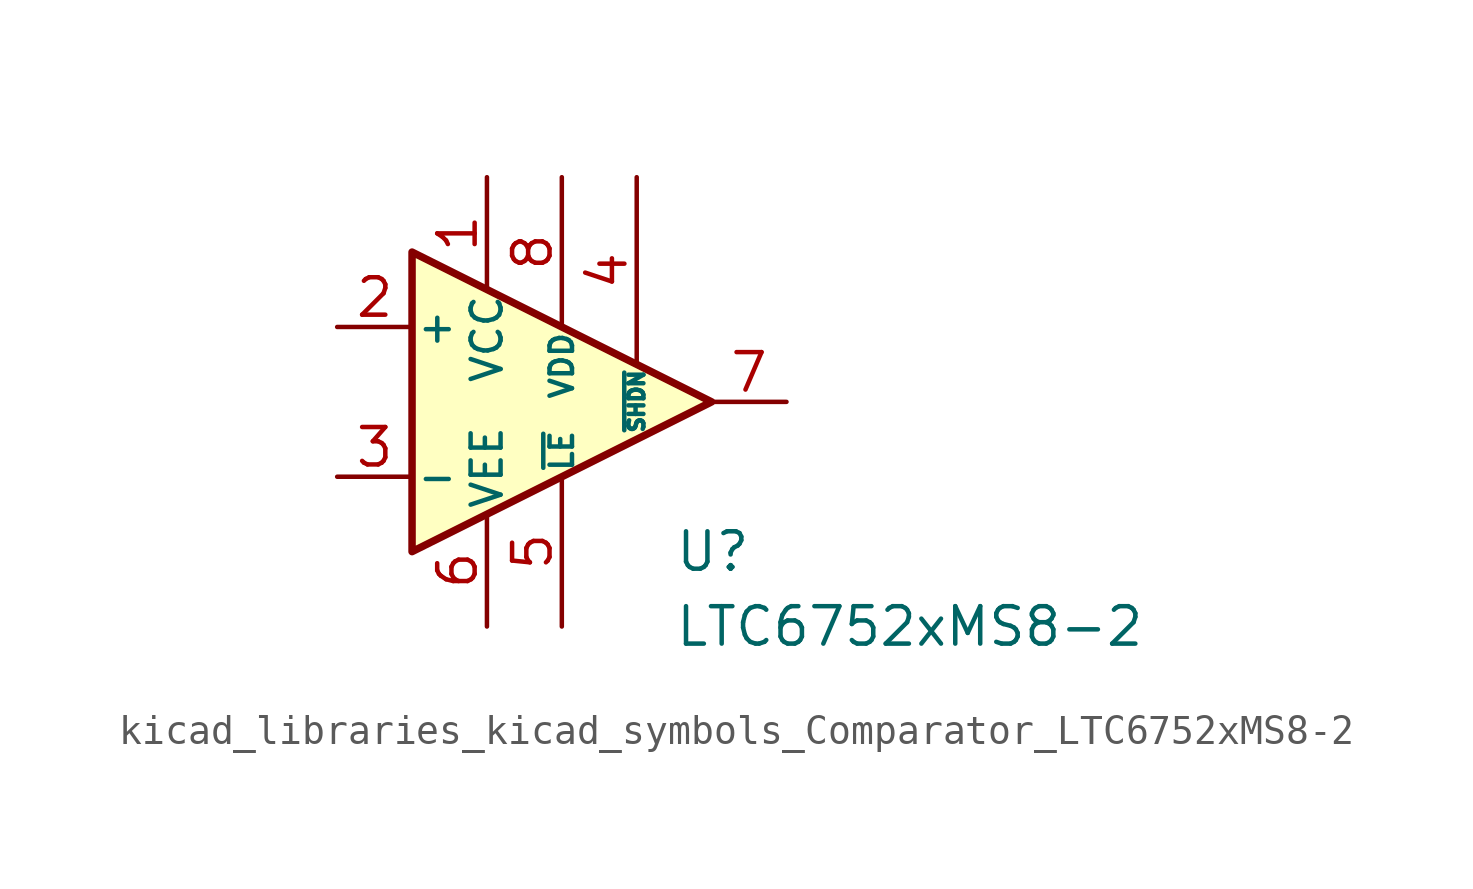
<source format=kicad_sym>
(kicad_symbol_lib
  (version 20220914)
  (generator kicad_symbol_editor)
  (symbol "kicad_libraries_kicad_symbols_Comparator_LTC6752xMS8-2"
    (pin_names
      (offset 0.127))
    (property "Reference" "U"
      (at 3.81 -5.08 0)
      (effects (font (size 1.27 1.27)) (justify left)))
    (property "Value" "LTC6752xMS8-2"
      (at 3.81 -7.62 0)
      (effects (font (size 1.27 1.27)) (justify left)))
    (symbol "kicad_libraries_kicad_symbols_Comparator_LTC6752xMS8-2_1_1"
      (polyline (pts (xy -5.08 5.08) (xy 5.08 0) (xy -5.08 -5.08) (xy -5.08 5.08)) (stroke (width 0.254) (type default)) (fill (type background)))
      (pin power_in line (at -2.54 7.62 270) (length 3.81) (name "VCC" (effects (font (size 1.016 1.016)))) (number "1" (effects (font (size 1.27 1.27)))))
      (pin input line (at -7.62 2.54 0) (length 2.54) (name "+" (effects (font (size 1.016 1.016)))) (number "2" (effects (font (size 1.27 1.27)))))
      (pin input line (at -7.62 -2.54 0) (length 2.54) (name "-" (effects (font (size 1.016 1.016)))) (number "3" (effects (font (size 1.27 1.27)))))
      (pin input line (at 2.54 7.62 270) (length 6.35) (name "~{SHDN}" (effects (font (size 0.508 0.508)))) (number "4" (effects (font (size 1.27 1.27)))))
      (pin input line (at 0 -7.62 90) (length 5.08) (name "~{LE}" (effects (font (size 0.762 0.762)))) (number "5" (effects (font (size 1.27 1.27)))))
      (pin power_in line (at -2.54 -7.62 90) (length 3.81) (name "VEE" (effects (font (size 1.016 1.016)))) (number "6" (effects (font (size 1.27 1.27)))))
      (pin output line (at 7.62 0 180) (length 2.54) (name "~" (effects (font (size 1.27 1.27)))) (number "7" (effects (font (size 1.27 1.27)))))
      (pin power_in line (at 0 7.62 270) (length 5.08) (name "VDD" (effects (font (size 0.762 0.762)))) (number "8" (effects (font (size 1.27 1.27))))))))
</source>
